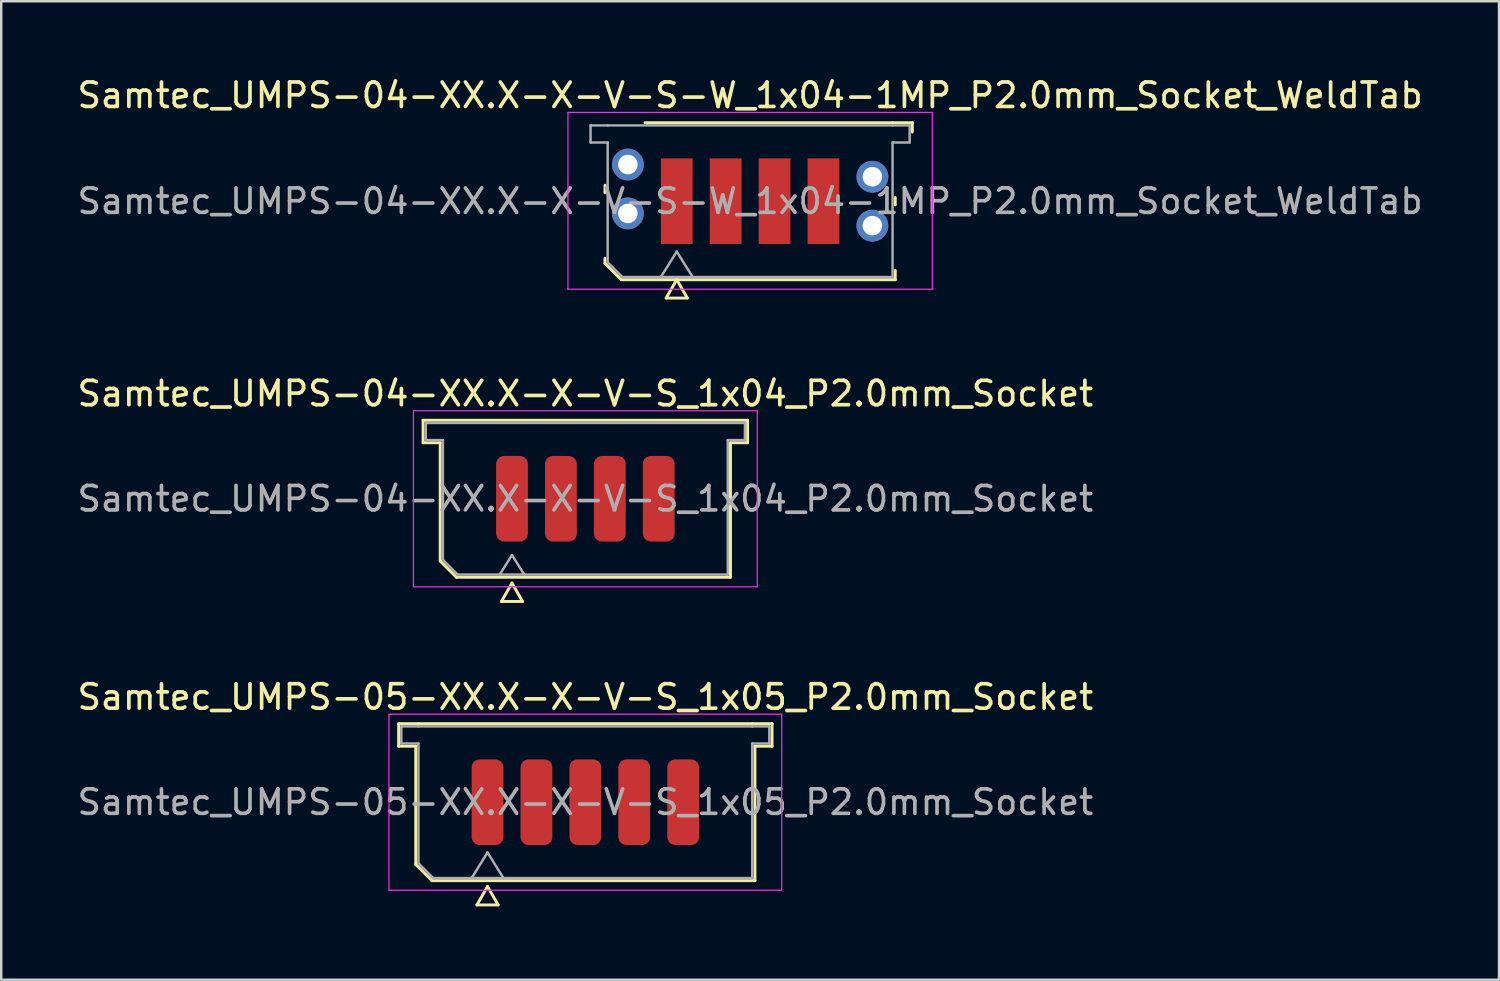
<source format=kicad_pcb>
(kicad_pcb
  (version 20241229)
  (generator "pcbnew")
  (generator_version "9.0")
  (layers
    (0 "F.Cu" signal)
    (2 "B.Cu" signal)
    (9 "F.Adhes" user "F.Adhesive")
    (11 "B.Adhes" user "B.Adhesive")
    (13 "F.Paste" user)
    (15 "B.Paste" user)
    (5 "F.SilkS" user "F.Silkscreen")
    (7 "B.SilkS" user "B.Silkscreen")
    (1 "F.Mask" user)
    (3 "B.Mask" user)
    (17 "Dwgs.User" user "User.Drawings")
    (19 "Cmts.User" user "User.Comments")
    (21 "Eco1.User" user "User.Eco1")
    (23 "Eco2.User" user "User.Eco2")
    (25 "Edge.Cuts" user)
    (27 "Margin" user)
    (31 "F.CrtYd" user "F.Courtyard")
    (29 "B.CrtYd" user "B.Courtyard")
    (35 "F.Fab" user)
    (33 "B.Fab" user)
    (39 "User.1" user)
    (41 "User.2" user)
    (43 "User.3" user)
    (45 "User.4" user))
  (footprint "Samtec_UMPS-04-XX.X-X-V-S_1x04_P2.0mm_Socket"
    (layer "F.Cu")
    (at 20.887 17.346)
    (property "Reference" "Samtec_UMPS-04-XX.X-X-V-S_1x04_P2.0mm_Socket" (at 0 -4.3 0) (layer "F.SilkS") (effects (font (size 1 1) (thickness 0.15))))
    (attr smd)
    (fp_line (start -6.635 -3.21) (end 6.635 -3.21) (stroke (width 0.12) (type solid)) (layer "F.SilkS"))
    (fp_line (start -6.635 -2.29) (end -6.635 -3.21) (stroke (width 0.12) (type solid)) (layer "F.SilkS"))
    (fp_line (start -5.935 -2.29) (end -6.635 -2.29) (stroke (width 0.12) (type solid)) (layer "F.SilkS"))
    (fp_line (start -5.935 2.546) (end -5.935 -2.29) (stroke (width 0.12) (type solid)) (layer "F.SilkS"))
    (fp_line (start -5.271 3.21) (end -5.935 2.546) (stroke (width 0.12) (type solid)) (layer "F.SilkS"))
    (fp_line (start -3.433 4.2) (end -3 3.45) (stroke (width 0.12) (type solid)) (layer "F.SilkS"))
    (fp_line (start -3 3.45) (end -2.567 4.2) (stroke (width 0.12) (type solid)) (layer "F.SilkS"))
    (fp_line (start -2.567 4.2) (end -3.433 4.2) (stroke (width 0.12) (type solid)) (layer "F.SilkS"))
    (fp_line (start 5.935 -2.29) (end 5.935 3.21) (stroke (width 0.12) (type solid)) (layer "F.SilkS"))
    (fp_line (start 5.935 3.21) (end -5.271 3.21) (stroke (width 0.12) (type solid)) (layer "F.SilkS"))
    (fp_line (start 6.635 -3.21) (end 6.635 -2.29) (stroke (width 0.12) (type solid)) (layer "F.SilkS"))
    (fp_line (start 6.635 -2.29) (end 5.935 -2.29) (stroke (width 0.12) (type solid)) (layer "F.SilkS"))
    (fp_line (start -7.03 -3.6) (end -7.03 3.6) (stroke (width 0.05) (type solid)) (layer "F.CrtYd"))
    (fp_line (start -7.03 3.6) (end 7.03 3.6) (stroke (width 0.05) (type solid)) (layer "F.CrtYd"))
    (fp_line (start 7.03 -3.6) (end -7.03 -3.6) (stroke (width 0.05) (type solid)) (layer "F.CrtYd"))
    (fp_line (start 7.03 3.6) (end 7.03 -3.6) (stroke (width 0.05) (type solid)) (layer "F.CrtYd"))
    (fp_line (start -6.525 -3.1) (end 6.525 -3.1) (stroke (width 0.1) (type solid)) (layer "F.Fab"))
    (fp_line (start -6.525 -2.4) (end -6.525 -3.1) (stroke (width 0.1) (type solid)) (layer "F.Fab"))
    (fp_line (start -5.825 -2.4) (end -6.525 -2.4) (stroke (width 0.1) (type solid)) (layer "F.Fab"))
    (fp_line (start -5.825 2.5) (end -5.825 -2.4) (stroke (width 0.1) (type solid)) (layer "F.Fab"))
    (fp_line (start -5.225 3.1) (end -5.825 2.5) (stroke (width 0.1) (type solid)) (layer "F.Fab"))
    (fp_line (start -3.5 3.1) (end -3 2.3) (stroke (width 0.1) (type solid)) (layer "F.Fab"))
    (fp_line (start -3 2.3) (end -2.5 3.1) (stroke (width 0.1) (type solid)) (layer "F.Fab"))
    (fp_line (start 5.825 -2.4) (end 5.825 3.1) (stroke (width 0.1) (type solid)) (layer "F.Fab"))
    (fp_line (start 5.825 3.1) (end -5.225 3.1) (stroke (width 0.1) (type solid)) (layer "F.Fab"))
    (fp_line (start 6.525 -3.1) (end 6.525 -2.4) (stroke (width 0.1) (type solid)) (layer "F.Fab"))
    (fp_line (start 6.525 -2.4) (end 5.825 -2.4) (stroke (width 0.1) (type solid)) (layer "F.Fab"))
    (fp_text user "${REFERENCE}" (at 0 0 0) (layer "F.Fab") (effects (font (size 1 1) (thickness 0.15))))
    (pad "1" smd roundrect (at -3 0) (size 1.3 3.5) (layers "F.Cu" "F.Mask" "F.Paste") (roundrect_rratio 0.25))
    (pad "2" smd roundrect (at -1 0) (size 1.3 3.5) (layers "F.Cu" "F.Mask" "F.Paste") (roundrect_rratio 0.25))
    (pad "3" smd roundrect (at 1 0) (size 1.3 3.5) (layers "F.Cu" "F.Mask" "F.Paste") (roundrect_rratio 0.25))
    (pad "4" smd roundrect (at 3 0) (size 1.3 3.5) (layers "F.Cu" "F.Mask" "F.Paste") (roundrect_rratio 0.25)))
  (footprint "Samtec_UMPS-04-XX.X-X-V-S-W_1x04-1MP_P2.0mm_Socket_WeldTab"
    (layer "F.Cu")
    (at 27.625 5.178)
    (property "Reference" "Samtec_UMPS-04-XX.X-X-V-S-W_1x04-1MP_P2.0mm_Socket_WeldTab" (at 0 -4.33 0) (layer "F.SilkS") (effects (font (size 1 1) (thickness 0.15))))
    (attr smd)
    (fp_line (start -5.935 -0.35) (end -5.935 -0.65) (stroke (width 0.12) (type solid)) (layer "F.SilkS"))
    (fp_line (start -5.935 2.546) (end -5.935 2.33) (stroke (width 0.12) (type solid)) (layer "F.SilkS"))
    (fp_line (start -5.271 3.21) (end -5.935 2.546) (stroke (width 0.12) (type solid)) (layer "F.SilkS"))
    (fp_line (start -4.3 -3.21) (end 5.825 -3.21) (stroke (width 0.12) (type solid)) (layer "F.SilkS"))
    (fp_line (start -3.433 3.96) (end -3 3.21) (stroke (width 0.12) (type solid)) (layer "F.SilkS"))
    (fp_line (start -3 3.21) (end -2.567 3.96) (stroke (width 0.12) (type solid)) (layer "F.SilkS"))
    (fp_line (start -2.567 3.96) (end -3.433 3.96) (stroke (width 0.12) (type solid)) (layer "F.SilkS"))
    (fp_line (start 5.825 -3.21) (end 6.635 -3.21) (stroke (width 0.12) (type solid)) (layer "F.SilkS"))
    (fp_line (start 5.935 -0.15) (end 5.935 0.15) (stroke (width 0.12) (type solid)) (layer "F.SilkS"))
    (fp_line (start 5.935 2.83) (end 5.935 3.21) (stroke (width 0.12) (type solid)) (layer "F.SilkS"))
    (fp_line (start 5.935 3.21) (end -5.271 3.21) (stroke (width 0.12) (type solid)) (layer "F.SilkS"))
    (fp_line (start 6.635 -3.21) (end 6.635 -2.83) (stroke (width 0.12) (type solid)) (layer "F.SilkS"))
    (fp_line (start -7.45 -3.63) (end -7.45 3.6) (stroke (width 0.05) (type solid)) (layer "F.CrtYd"))
    (fp_line (start -7.45 3.6) (end 7.45 3.6) (stroke (width 0.05) (type solid)) (layer "F.CrtYd"))
    (fp_line (start 7.45 -3.63) (end -7.45 -3.63) (stroke (width 0.05) (type solid)) (layer "F.CrtYd"))
    (fp_line (start 7.45 3.6) (end 7.45 -3.63) (stroke (width 0.05) (type solid)) (layer "F.CrtYd"))
    (fp_line (start -6.525 -3.1) (end -5.825 -3.1) (stroke (width 0.1) (type solid)) (layer "F.Fab"))
    (fp_line (start -6.525 -2.4) (end -6.525 -3.1) (stroke (width 0.1) (type solid)) (layer "F.Fab"))
    (fp_line (start -5.825 -3.1) (end 5.825 -3.1) (stroke (width 0.1) (type solid)) (layer "F.Fab"))
    (fp_line (start -5.825 -2.4) (end -6.525 -2.4) (stroke (width 0.1) (type solid)) (layer "F.Fab"))
    (fp_line (start -5.825 2.5) (end -5.825 -2.4) (stroke (width 0.1) (type solid)) (layer "F.Fab"))
    (fp_line (start -5.225 3.1) (end -5.825 2.5) (stroke (width 0.1) (type solid)) (layer "F.Fab"))
    (fp_line (start -3 2.06) (end -3.65 3.1) (stroke (width 0.1) (type solid)) (layer "F.Fab"))
    (fp_line (start -3 2.06) (end -2.35 3.1) (stroke (width 0.1) (type solid)) (layer "F.Fab"))
    (fp_line (start 5.825 -3.1) (end 6.525 -3.1) (stroke (width 0.1) (type solid)) (layer "F.Fab"))
    (fp_line (start 5.825 -2.4) (end 5.825 3.1) (stroke (width 0.1) (type solid)) (layer "F.Fab"))
    (fp_line (start 5.825 3.1) (end -5.225 3.1) (stroke (width 0.1) (type solid)) (layer "F.Fab"))
    (fp_line (start 6.525 -3.1) (end 6.525 -2.4) (stroke (width 0.1) (type solid)) (layer "F.Fab"))
    (fp_line (start 6.525 -2.4) (end 5.825 -2.4) (stroke (width 0.1) (type solid)) (layer "F.Fab"))
    (fp_text user "${REFERENCE}" (at 0 0 0) (layer "F.Fab") (effects (font (size 1 1) (thickness 0.15))))
    (pad "" smd rect (at -5.725 -1.99) (size 2.45 2.28) (layers "F.Paste"))
    (pad "" smd rect (at -5.725 0.99) (size 2.45 2.28) (layers "F.Paste"))
    (pad "" smd rect (at 5.725 -1.49) (size 2.45 2.28) (layers "F.Paste"))
    (pad "" smd rect (at 5.725 1.49) (size 2.45 2.28) (layers "F.Paste"))
    (pad "1" smd rect (at -3 0) (size 1.3 3.5) (layers "F.Cu" "F.Mask" "F.Paste"))
    (pad "2" smd rect (at -1 0) (size 1.3 3.5) (layers "F.Cu" "F.Mask" "F.Paste"))
    (pad "3" smd rect (at 1 0) (size 1.3 3.5) (layers "F.Cu" "F.Mask" "F.Paste"))
    (pad "4" smd rect (at 3 0) (size 1.3 3.5) (layers "F.Cu" "F.Mask" "F.Paste"))
    (pad "MP" thru_hole circle (at -5 -1.5) (size 1.3 1.3) (drill 0.8) (layers "*.Cu" "*.Mask"))
    (pad "MP" thru_hole circle (at -5 0.5) (size 1.3 1.3) (drill 0.8) (layers "*.Cu" "*.Mask"))
    (pad "MP" thru_hole circle (at 5 -1) (size 1.3 1.3) (drill 0.8) (layers "*.Cu" "*.Mask"))
    (pad "MP" thru_hole circle (at 5 1) (size 1.3 1.3) (drill 0.8) (layers "*.Cu" "*.Mask")))
  (footprint "Samtec_UMPS-05-XX.X-X-V-S_1x05_P2.0mm_Socket"
    (layer "F.Cu")
    (at 20.887 29.755)
    (property "Reference" "Samtec_UMPS-05-XX.X-X-V-S_1x05_P2.0mm_Socket" (at 0 -4.3 0) (layer "F.SilkS") (effects (font (size 1 1) (thickness 0.15))))
    (attr smd)
    (fp_line (start -7.635 -3.21) (end -6.825 -3.21) (stroke (width 0.12) (type solid)) (layer "F.SilkS"))
    (fp_line (start -7.635 -2.29) (end -7.635 -3.21) (stroke (width 0.12) (type solid)) (layer "F.SilkS"))
    (fp_line (start -6.935 -2.29) (end -7.635 -2.29) (stroke (width 0.12) (type solid)) (layer "F.SilkS"))
    (fp_line (start -6.935 2.546) (end -6.935 -2.29) (stroke (width 0.12) (type solid)) (layer "F.SilkS"))
    (fp_line (start -6.825 -3.21) (end 6.825 -3.21) (stroke (width 0.12) (type solid)) (layer "F.SilkS"))
    (fp_line (start -6.271 3.21) (end -6.935 2.546) (stroke (width 0.12) (type solid)) (layer "F.SilkS"))
    (fp_line (start -4.433 4.2) (end -4 3.45) (stroke (width 0.12) (type solid)) (layer "F.SilkS"))
    (fp_line (start -4 3.45) (end -3.567 4.2) (stroke (width 0.12) (type solid)) (layer "F.SilkS"))
    (fp_line (start -3.567 4.2) (end -4.433 4.2) (stroke (width 0.12) (type solid)) (layer "F.SilkS"))
    (fp_line (start 6.825 -3.21) (end 7.635 -3.21) (stroke (width 0.12) (type solid)) (layer "F.SilkS"))
    (fp_line (start 6.935 -2.29) (end 6.935 3.21) (stroke (width 0.12) (type solid)) (layer "F.SilkS"))
    (fp_line (start 6.935 3.21) (end -6.271 3.21) (stroke (width 0.12) (type solid)) (layer "F.SilkS"))
    (fp_line (start 7.635 -3.21) (end 7.635 -2.29) (stroke (width 0.12) (type solid)) (layer "F.SilkS"))
    (fp_line (start 7.635 -2.29) (end 6.935 -2.29) (stroke (width 0.12) (type solid)) (layer "F.SilkS"))
    (fp_line (start -8.03 -3.6) (end -8.03 3.6) (stroke (width 0.05) (type solid)) (layer "F.CrtYd"))
    (fp_line (start -8.03 3.6) (end 8.03 3.6) (stroke (width 0.05) (type solid)) (layer "F.CrtYd"))
    (fp_line (start 8.03 -3.6) (end -8.03 -3.6) (stroke (width 0.05) (type solid)) (layer "F.CrtYd"))
    (fp_line (start 8.03 3.6) (end 8.03 -3.6) (stroke (width 0.05) (type solid)) (layer "F.CrtYd"))
    (fp_line (start -7.525 -3.1) (end -6.825 -3.1) (stroke (width 0.1) (type solid)) (layer "F.Fab"))
    (fp_line (start -7.525 -2.4) (end -7.525 -3.1) (stroke (width 0.1) (type solid)) (layer "F.Fab"))
    (fp_line (start -6.825 -3.1) (end 6.825 -3.1) (stroke (width 0.1) (type solid)) (layer "F.Fab"))
    (fp_line (start -6.825 -2.4) (end -7.525 -2.4) (stroke (width 0.1) (type solid)) (layer "F.Fab"))
    (fp_line (start -6.825 2.5) (end -6.825 -2.4) (stroke (width 0.1) (type solid)) (layer "F.Fab"))
    (fp_line (start -6.225 3.1) (end -6.825 2.5) (stroke (width 0.1) (type solid)) (layer "F.Fab"))
    (fp_line (start -4 2.06) (end -4.65 3.1) (stroke (width 0.1) (type solid)) (layer "F.Fab"))
    (fp_line (start -4 2.06) (end -3.35 3.1) (stroke (width 0.1) (type solid)) (layer "F.Fab"))
    (fp_line (start 6.825 -3.1) (end 7.525 -3.1) (stroke (width 0.1) (type solid)) (layer "F.Fab"))
    (fp_line (start 6.825 -2.4) (end 6.825 3.1) (stroke (width 0.1) (type solid)) (layer "F.Fab"))
    (fp_line (start 6.825 3.1) (end -6.225 3.1) (stroke (width 0.1) (type solid)) (layer "F.Fab"))
    (fp_line (start 7.525 -3.1) (end 7.525 -2.4) (stroke (width 0.1) (type solid)) (layer "F.Fab"))
    (fp_line (start 7.525 -2.4) (end 6.825 -2.4) (stroke (width 0.1) (type solid)) (layer "F.Fab"))
    (fp_text user "${REFERENCE}" (at 0 0 0) (layer "F.Fab") (effects (font (size 1 1) (thickness 0.15))))
    (pad "1" smd roundrect (at -4 0) (size 1.3 3.5) (layers "F.Cu" "F.Mask" "F.Paste") (roundrect_rratio 0.25))
    (pad "2" smd roundrect (at -2 0) (size 1.3 3.5) (layers "F.Cu" "F.Mask" "F.Paste") (roundrect_rratio 0.25))
    (pad "3" smd roundrect (at 0 0) (size 1.3 3.5) (layers "F.Cu" "F.Mask" "F.Paste") (roundrect_rratio 0.25))
    (pad "4" smd roundrect (at 2 0) (size 1.3 3.5) (layers "F.Cu" "F.Mask" "F.Paste") (roundrect_rratio 0.25))
    (pad "5" smd roundrect (at 4 0) (size 1.3 3.5) (layers "F.Cu" "F.Mask" "F.Paste") (roundrect_rratio 0.25)))
  (gr_rect
    (start -3 -3)
    (end 58.25 37.015)
    (stroke (width 0.1) (type default))
    (fill no)
    (layer "Edge.Cuts")))
</source>
